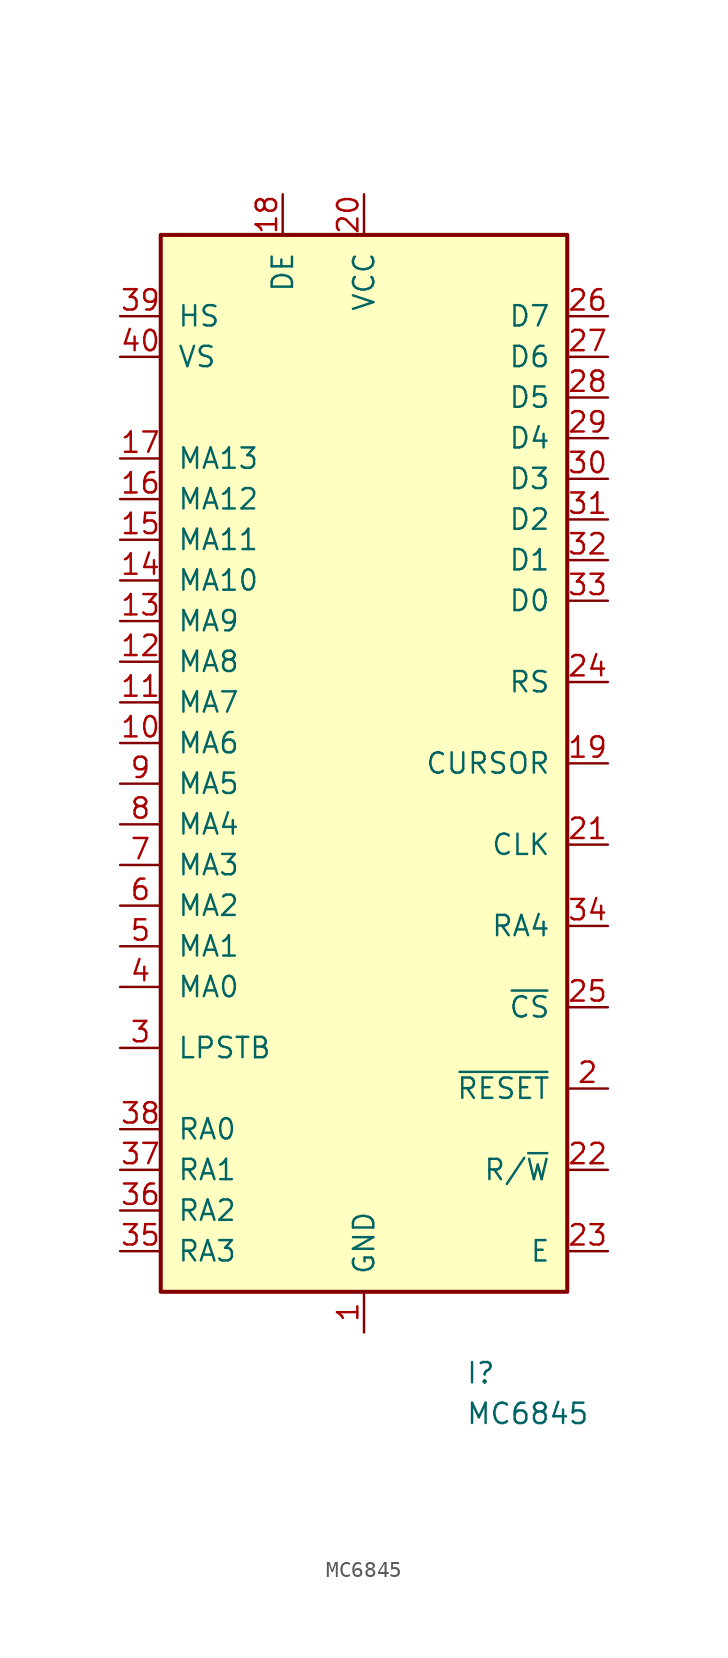
<source format=kicad_sym>
(kicad_symbol_lib
  (version 20241209)
  (generator "kicad_symbol_editor")
  (generator_version "9.0")
  (symbol "MC6845"
    (pin_names
      (offset 1.016))
    (property "Reference" "I"
      (at 6.35 -38.1 0)
      (effects (font (size 1.27 1.27)) (justify left)))
    (property "Value" "MC6845"
      (at 6.35 -40.64 0)
      (effects (font (size 1.27 1.27)) (justify left)))
    (symbol "MC6845_0_1"
      (rectangle (start -12.7 -33.02) (end 12.7 33.02) (stroke (width 0.254) (type default)) (fill (type background))))
    (symbol "MC6845_1_1"
      (pin output line (at -15.24 27.94 0) (length 2.54) (name "HS" (effects (font (size 1.27 1.27)))) (number "39" (effects (font (size 1.27 1.27)))))
      (pin output line (at -15.24 25.4 0) (length 2.54) (name "VS" (effects (font (size 1.27 1.27)))) (number "40" (effects (font (size 1.27 1.27)))))
      (pin output line (at -15.24 19.05 0) (length 2.54) (name "MA13" (effects (font (size 1.27 1.27)))) (number "17" (effects (font (size 1.27 1.27)))))
      (pin output line (at -15.24 16.51 0) (length 2.54) (name "MA12" (effects (font (size 1.27 1.27)))) (number "16" (effects (font (size 1.27 1.27)))))
      (pin output line (at -15.24 13.97 0) (length 2.54) (name "MA11" (effects (font (size 1.27 1.27)))) (number "15" (effects (font (size 1.27 1.27)))))
      (pin output line (at -15.24 11.43 0) (length 2.54) (name "MA10" (effects (font (size 1.27 1.27)))) (number "14" (effects (font (size 1.27 1.27)))))
      (pin output line (at -15.24 8.89 0) (length 2.54) (name "MA9" (effects (font (size 1.27 1.27)))) (number "13" (effects (font (size 1.27 1.27)))))
      (pin output line (at -15.24 6.35 0) (length 2.54) (name "MA8" (effects (font (size 1.27 1.27)))) (number "12" (effects (font (size 1.27 1.27)))))
      (pin output line (at -15.24 3.81 0) (length 2.54) (name "MA7" (effects (font (size 1.27 1.27)))) (number "11" (effects (font (size 1.27 1.27)))))
      (pin output line (at -15.24 1.27 0) (length 2.54) (name "MA6" (effects (font (size 1.27 1.27)))) (number "10" (effects (font (size 1.27 1.27)))))
      (pin output line (at -15.24 -1.27 0) (length 2.54) (name "MA5" (effects (font (size 1.27 1.27)))) (number "9" (effects (font (size 1.27 1.27)))))
      (pin output line (at -15.24 -3.81 0) (length 2.54) (name "MA4" (effects (font (size 1.27 1.27)))) (number "8" (effects (font (size 1.27 1.27)))))
      (pin output line (at -15.24 -6.35 0) (length 2.54) (name "MA3" (effects (font (size 1.27 1.27)))) (number "7" (effects (font (size 1.27 1.27)))))
      (pin output line (at -15.24 -8.89 0) (length 2.54) (name "MA2" (effects (font (size 1.27 1.27)))) (number "6" (effects (font (size 1.27 1.27)))))
      (pin output line (at -15.24 -11.43 0) (length 2.54) (name "MA1" (effects (font (size 1.27 1.27)))) (number "5" (effects (font (size 1.27 1.27)))))
      (pin output line (at -15.24 -13.97 0) (length 2.54) (name "MA0" (effects (font (size 1.27 1.27)))) (number "4" (effects (font (size 1.27 1.27)))))
      (pin input line (at -15.24 -17.78 0) (length 2.54) (name "LPSTB" (effects (font (size 1.27 1.27)))) (number "3" (effects (font (size 1.27 1.27)))))
      (pin output line (at -15.24 -22.86 0) (length 2.54) (name "RA0" (effects (font (size 1.27 1.27)))) (number "38" (effects (font (size 1.27 1.27)))))
      (pin output line (at -15.24 -25.4 0) (length 2.54) (name "RA1" (effects (font (size 1.27 1.27)))) (number "37" (effects (font (size 1.27 1.27)))))
      (pin output line (at -15.24 -27.94 0) (length 2.54) (name "RA2" (effects (font (size 1.27 1.27)))) (number "36" (effects (font (size 1.27 1.27)))))
      (pin output line (at -15.24 -30.48 0) (length 2.54) (name "RA3" (effects (font (size 1.27 1.27)))) (number "35" (effects (font (size 1.27 1.27)))))
      (pin output line (at -5.08 35.56 270) (length 2.54) (name "DE" (effects (font (size 1.27 1.27)))) (number "18" (effects (font (size 1.27 1.27)))))
      (pin power_in line (at 0 35.56 270) (length 2.54) (name "VCC" (effects (font (size 1.27 1.27)))) (number "20" (effects (font (size 1.27 1.27)))))
      (pin power_in line (at 0 -35.56 90) (length 2.54) (name "GND" (effects (font (size 1.27 1.27)))) (number "1" (effects (font (size 1.27 1.27)))))
      (pin bidirectional line (at 15.24 27.94 180) (length 2.54) (name "D7" (effects (font (size 1.27 1.27)))) (number "26" (effects (font (size 1.27 1.27)))))
      (pin bidirectional line (at 15.24 25.4 180) (length 2.54) (name "D6" (effects (font (size 1.27 1.27)))) (number "27" (effects (font (size 1.27 1.27)))))
      (pin bidirectional line (at 15.24 22.86 180) (length 2.54) (name "D5" (effects (font (size 1.27 1.27)))) (number "28" (effects (font (size 1.27 1.27)))))
      (pin bidirectional line (at 15.24 20.32 180) (length 2.54) (name "D4" (effects (font (size 1.27 1.27)))) (number "29" (effects (font (size 1.27 1.27)))))
      (pin bidirectional line (at 15.24 17.78 180) (length 2.54) (name "D3" (effects (font (size 1.27 1.27)))) (number "30" (effects (font (size 1.27 1.27)))))
      (pin bidirectional line (at 15.24 15.24 180) (length 2.54) (name "D2" (effects (font (size 1.27 1.27)))) (number "31" (effects (font (size 1.27 1.27)))))
      (pin bidirectional line (at 15.24 12.7 180) (length 2.54) (name "D1" (effects (font (size 1.27 1.27)))) (number "32" (effects (font (size 1.27 1.27)))))
      (pin bidirectional line (at 15.24 10.16 180) (length 2.54) (name "D0" (effects (font (size 1.27 1.27)))) (number "33" (effects (font (size 1.27 1.27)))))
      (pin input line (at 15.24 5.08 180) (length 2.54) (name "RS" (effects (font (size 1.27 1.27)))) (number "24" (effects (font (size 1.27 1.27)))))
      (pin output line (at 15.24 0 180) (length 2.54) (name "CURSOR" (effects (font (size 1.27 1.27)))) (number "19" (effects (font (size 1.27 1.27)))))
      (pin input line (at 15.24 -5.08 180) (length 2.54) (name "CLK" (effects (font (size 1.27 1.27)))) (number "21" (effects (font (size 1.27 1.27)))))
      (pin output line (at 15.24 -10.16 180) (length 2.54) (name "RA4" (effects (font (size 1.27 1.27)))) (number "34" (effects (font (size 1.27 1.27)))))
      (pin input line (at 15.24 -15.24 180) (length 2.54) (name "~{CS}" (effects (font (size 1.27 1.27)))) (number "25" (effects (font (size 1.27 1.27)))))
      (pin input line (at 15.24 -20.32 180) (length 2.54) (name "~{RESET}" (effects (font (size 1.27 1.27)))) (number "2" (effects (font (size 1.27 1.27)))))
      (pin input line (at 15.24 -25.4 180) (length 2.54) (name "R/~{W}" (effects (font (size 1.27 1.27)))) (number "22" (effects (font (size 1.27 1.27)))))
      (pin input line (at 15.24 -30.48 180) (length 2.54) (name "E" (effects (font (size 1.27 1.27)))) (number "23" (effects (font (size 1.27 1.27))))))))
</source>
